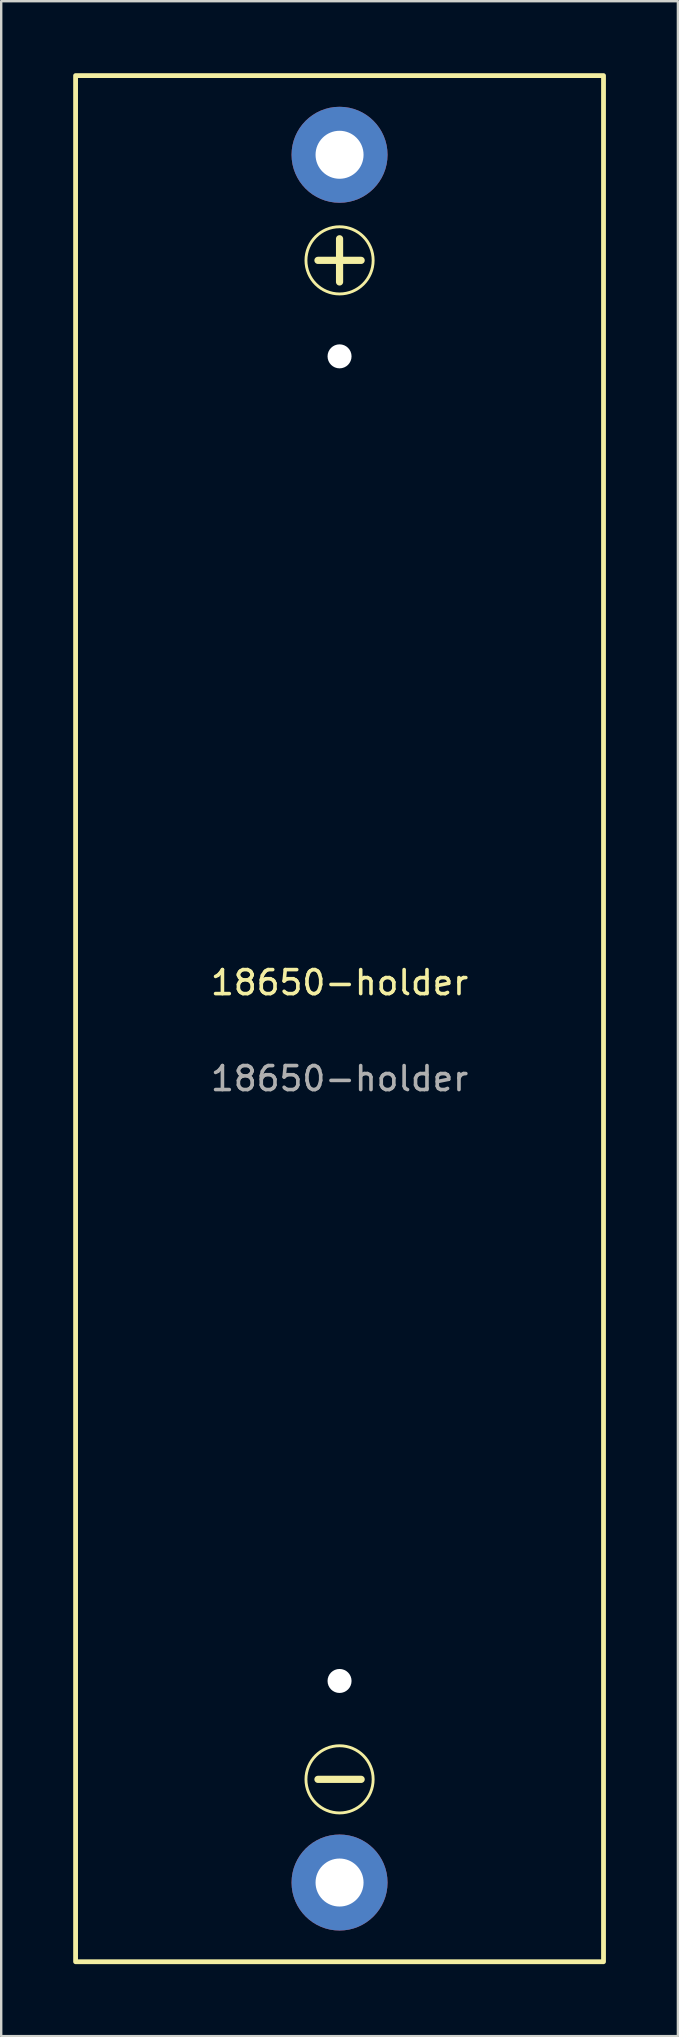
<source format=kicad_pcb>
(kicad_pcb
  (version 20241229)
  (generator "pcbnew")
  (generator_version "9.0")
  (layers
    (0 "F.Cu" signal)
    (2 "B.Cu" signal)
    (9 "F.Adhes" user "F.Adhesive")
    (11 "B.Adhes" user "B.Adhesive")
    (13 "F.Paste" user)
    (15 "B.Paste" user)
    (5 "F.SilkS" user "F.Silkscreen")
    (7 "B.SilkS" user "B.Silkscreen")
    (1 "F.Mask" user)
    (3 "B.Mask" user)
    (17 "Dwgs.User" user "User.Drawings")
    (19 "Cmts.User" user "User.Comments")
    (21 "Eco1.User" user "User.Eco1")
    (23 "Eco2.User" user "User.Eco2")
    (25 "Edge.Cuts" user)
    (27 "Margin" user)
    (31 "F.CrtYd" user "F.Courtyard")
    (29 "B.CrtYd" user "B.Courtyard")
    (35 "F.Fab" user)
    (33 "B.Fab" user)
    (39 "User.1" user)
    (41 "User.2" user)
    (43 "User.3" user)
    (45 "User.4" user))
  (footprint "18650-holder"
    (layer "F.Cu")
    (at 11.1 39.4)
    (property "Reference" "18650-holder" (at 0 -1.5 0) (unlocked yes) (layer "F.SilkS") (effects (font (size 1 1) (thickness 0.15))))
    (attr through_hole)
    (fp_line (start -0.9 -31.6) (end 0.9 -31.6) (stroke (width 0.3) (type solid)) (layer "F.SilkS"))
    (fp_line (start -0.9 31.7) (end 0.9 31.7) (stroke (width 0.3) (type solid)) (layer "F.SilkS"))
    (fp_line (start 0 -32.5) (end 0 -30.7) (stroke (width 0.3) (type solid)) (layer "F.SilkS"))
    (fp_rect (start -11 -39.3) (end 11 39.3) (stroke (width 0.2) (type solid)) (fill no) (layer "F.SilkS"))
    (fp_circle (center 0 -31.6) (end 1.4 -31.6) (stroke (width 0.12) (type solid)) (fill no) (layer "F.SilkS"))
    (fp_circle (center 0 31.7) (end 1.4 31.7) (stroke (width 0.12) (type solid)) (fill no) (layer "F.SilkS"))
    (fp_text user "${REFERENCE}" (at 0 2.5 0) (unlocked yes) (layer "F.Fab") (effects (font (size 1 1) (thickness 0.15))))
    (pad "" np_thru_hole circle (at 0 -27.6) (size 1 1) (drill 3.2) (layers "*.Cu"))
    (pad "" np_thru_hole circle (at 0 27.6) (size 1 1) (drill 3.2) (layers "*.Cu"))
    (pad "1" thru_hole circle (at 0 -36) (size 4 4) (drill 2) (layers "*.Cu" "*.Mask"))
    (pad "2" thru_hole circle (at 0 36) (size 4 4) (drill 2) (layers "*.Cu" "*.Mask")))
  (gr_rect
    (start -3 -3)
    (end 25.2 81.8)
    (stroke (width 0.1) (type default))
    (fill no)
    (layer "Edge.Cuts")))
</source>
